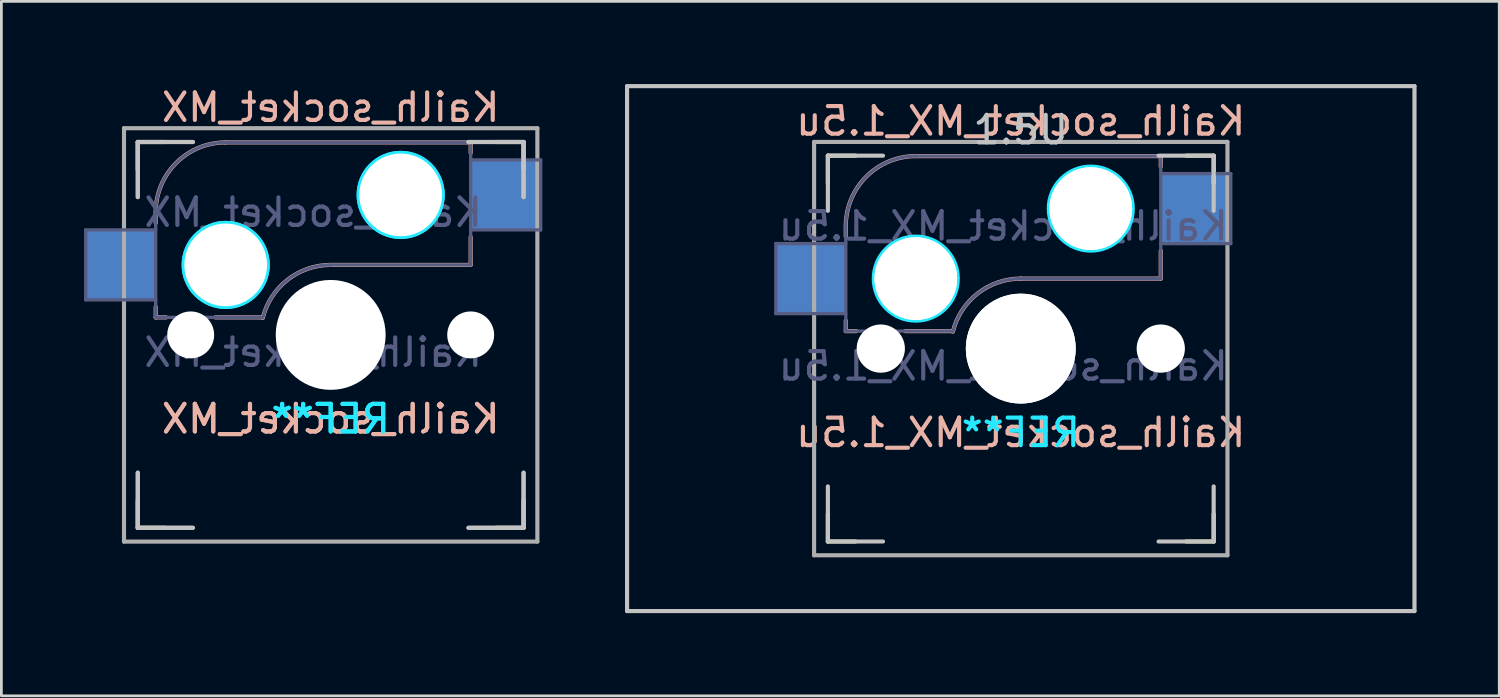
<source format=kicad_pcb>
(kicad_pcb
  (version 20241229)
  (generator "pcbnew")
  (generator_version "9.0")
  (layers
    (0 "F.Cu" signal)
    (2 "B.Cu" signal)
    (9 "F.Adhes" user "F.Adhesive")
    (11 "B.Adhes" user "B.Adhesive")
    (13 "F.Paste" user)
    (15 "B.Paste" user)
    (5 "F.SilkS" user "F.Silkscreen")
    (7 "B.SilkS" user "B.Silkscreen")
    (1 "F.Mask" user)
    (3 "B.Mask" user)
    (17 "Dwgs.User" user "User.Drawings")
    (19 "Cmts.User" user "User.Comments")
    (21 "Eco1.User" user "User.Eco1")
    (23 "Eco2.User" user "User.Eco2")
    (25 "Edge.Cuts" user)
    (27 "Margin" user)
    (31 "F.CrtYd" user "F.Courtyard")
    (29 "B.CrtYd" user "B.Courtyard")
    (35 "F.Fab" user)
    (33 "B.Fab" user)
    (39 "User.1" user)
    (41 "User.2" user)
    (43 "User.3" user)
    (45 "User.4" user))
  (footprint "Kailh_socket_MX"
    (layer "F.Cu")
    (at 8.95 9.103)
    (property "Reference" "Kailh_socket_MX" (at 0 -8.255 0) (layer "B.SilkS") (effects (font (size 1 1) (thickness 0.15)) (justify mirror)))
    (property "Value" "Kailh_socket_MX" (at 0 8.255 0) (layer "F.Fab") (hide yes) (effects (font (size 1 1) (thickness 0.15))))
    (attr smd)
    (fp_line (start -7 -6) (end -7 -7) (stroke (width 0.15) (type solid)) (layer "F.SilkS"))
    (fp_line (start -7 7) (end -7 6) (stroke (width 0.15) (type solid)) (layer "F.SilkS"))
    (fp_line (start -7 7) (end -6 7) (stroke (width 0.15) (type solid)) (layer "F.SilkS"))
    (fp_line (start -6 -7) (end -7 -7) (stroke (width 0.15) (type solid)) (layer "F.SilkS"))
    (fp_line (start 6 7) (end 7 7) (stroke (width 0.15) (type solid)) (layer "F.SilkS"))
    (fp_line (start 7 -7) (end 6 -7) (stroke (width 0.15) (type solid)) (layer "F.SilkS"))
    (fp_line (start 7 -7) (end 7 -6) (stroke (width 0.15) (type solid)) (layer "F.SilkS"))
    (fp_line (start 7 6) (end 7 7) (stroke (width 0.15) (type solid)) (layer "F.SilkS"))
    (fp_line (start -6.35 -4.445) (end -6.35 -4.064) (stroke (width 0.15) (type solid)) (layer "B.SilkS"))
    (fp_line (start -6.35 -1.016) (end -6.35 -0.635) (stroke (width 0.15) (type solid)) (layer "B.SilkS"))
    (fp_line (start -5.969 -0.635) (end -6.35 -0.635) (stroke (width 0.15) (type solid)) (layer "B.SilkS"))
    (fp_line (start -3.81 -6.985) (end 5.08 -6.985) (stroke (width 0.15) (type solid)) (layer "B.SilkS"))
    (fp_line (start -2.464 -0.635) (end -4.191 -0.635) (stroke (width 0.15) (type solid)) (layer "B.SilkS"))
    (fp_line (start 5.08 -6.985) (end 5.08 -6.604) (stroke (width 0.15) (type solid)) (layer "B.SilkS"))
    (fp_line (start 5.08 -3.556) (end 5.08 -2.54) (stroke (width 0.15) (type solid)) (layer "B.SilkS"))
    (fp_line (start 5.08 -2.54) (end 0 -2.54) (stroke (width 0.15) (type solid)) (layer "B.SilkS"))
    (fp_arc (start -6.35 -4.445) (mid -5.606051 -6.241051) (end -3.81 -6.985) (stroke (width 0.15) (type solid)) (layer "B.SilkS"))
    (fp_arc (start -2.464162 -0.61604) (mid -1.563147 -2.002042) (end 0 -2.54) (stroke (width 0.15) (type solid)) (layer "B.SilkS"))
    (fp_line (start -7 -7) (end -7 -5) (stroke (width 0.15) (type solid)) (layer "Dwgs.User"))
    (fp_line (start -7 -7) (end -7 -5) (stroke (width 0.15) (type solid)) (layer "Dwgs.User"))
    (fp_line (start -7 5) (end -7 7) (stroke (width 0.15) (type solid)) (layer "Dwgs.User"))
    (fp_line (start -7 5) (end -7 7) (stroke (width 0.15) (type solid)) (layer "Dwgs.User"))
    (fp_line (start -7 7) (end -5 7) (stroke (width 0.15) (type solid)) (layer "Dwgs.User"))
    (fp_line (start -7 7) (end -5 7) (stroke (width 0.15) (type solid)) (layer "Dwgs.User"))
    (fp_line (start -5 -7) (end -7 -7) (stroke (width 0.15) (type solid)) (layer "Dwgs.User"))
    (fp_line (start -5 -7) (end -7 -7) (stroke (width 0.15) (type solid)) (layer "Dwgs.User"))
    (fp_line (start 5 -7) (end 7 -7) (stroke (width 0.15) (type solid)) (layer "Dwgs.User"))
    (fp_line (start 5 -7) (end 7 -7) (stroke (width 0.15) (type solid)) (layer "Dwgs.User"))
    (fp_line (start 5 7) (end 7 7) (stroke (width 0.15) (type solid)) (layer "Dwgs.User"))
    (fp_line (start 5 7) (end 7 7) (stroke (width 0.15) (type solid)) (layer "Dwgs.User"))
    (fp_line (start 7 -7) (end 7 -5) (stroke (width 0.15) (type solid)) (layer "Dwgs.User"))
    (fp_line (start 7 -7) (end 7 -5) (stroke (width 0.15) (type solid)) (layer "Dwgs.User"))
    (fp_line (start 7 7) (end 7 5) (stroke (width 0.15) (type solid)) (layer "Dwgs.User"))
    (fp_line (start 7 7) (end 7 5) (stroke (width 0.15) (type solid)) (layer "Dwgs.User"))
    (fp_line (start -6.9 6.9) (end -6.9 -6.9) (stroke (width 0.15) (type solid)) (layer "Eco2.User"))
    (fp_line (start -6.9 6.9) (end 6.9 6.9) (stroke (width 0.15) (type solid)) (layer "Eco2.User"))
    (fp_line (start 6.9 -6.9) (end -6.9 -6.9) (stroke (width 0.15) (type solid)) (layer "Eco2.User"))
    (fp_line (start 6.9 -6.9) (end 6.9 6.9) (stroke (width 0.15) (type solid)) (layer "Eco2.User"))
    (fp_circle (center -3.81 -2.54) (end -3.81 -4.064) (stroke (width 0.15) (type solid)) (fill no) (layer "B.CrtYd"))
    (fp_circle (center -3.81 -2.54) (end -3.81 -4.064) (stroke (width 0.15) (type solid)) (fill no) (layer "B.CrtYd"))
    (fp_circle (center 2.54 -5.08) (end 2.54 -6.604) (stroke (width 0.15) (type solid)) (fill no) (layer "B.CrtYd"))
    (fp_circle (center 2.54 -5.08) (end 2.54 -6.604) (stroke (width 0.15) (type solid)) (fill no) (layer "B.CrtYd"))
    (fp_line (start -8.89 -3.81) (end -6.35 -3.81) (stroke (width 0.12) (type solid)) (layer "B.Fab"))
    (fp_line (start -8.89 -1.27) (end -8.89 -3.81) (stroke (width 0.12) (type solid)) (layer "B.Fab"))
    (fp_line (start -6.35 -1.27) (end -8.89 -1.27) (stroke (width 0.12) (type solid)) (layer "B.Fab"))
    (fp_line (start -6.35 -0.635) (end -6.35 -4.445) (stroke (width 0.12) (type solid)) (layer "B.Fab"))
    (fp_line (start -6.35 -0.635) (end -2.54 -0.635) (stroke (width 0.12) (type solid)) (layer "B.Fab"))
    (fp_line (start -3.81 -6.985) (end 5.08 -6.985) (stroke (width 0.12) (type solid)) (layer "B.Fab"))
    (fp_line (start 5.08 -6.985) (end 5.08 -2.54) (stroke (width 0.12) (type solid)) (layer "B.Fab"))
    (fp_line (start 5.08 -6.35) (end 7.62 -6.35) (stroke (width 0.12) (type solid)) (layer "B.Fab"))
    (fp_line (start 5.08 -2.54) (end 0 -2.54) (stroke (width 0.12) (type solid)) (layer "B.Fab"))
    (fp_line (start 7.62 -6.35) (end 7.62 -3.81) (stroke (width 0.12) (type solid)) (layer "B.Fab"))
    (fp_line (start 7.62 -3.81) (end 5.08 -3.81) (stroke (width 0.12) (type solid)) (layer "B.Fab"))
    (fp_arc (start -6.35 -4.445) (mid -5.606051 -6.241051) (end -3.81 -6.985) (stroke (width 0.12) (type solid)) (layer "B.Fab"))
    (fp_arc (start -2.464162 -0.61604) (mid -1.563147 -2.002042) (end 0 -2.54) (stroke (width 0.12) (type solid)) (layer "B.Fab"))
    (fp_line (start -7.5 -7.5) (end 7.5 -7.5) (stroke (width 0.15) (type solid)) (layer "F.Fab"))
    (fp_line (start -7.5 7.5) (end -7.5 -7.5) (stroke (width 0.15) (type solid)) (layer "F.Fab"))
    (fp_line (start 7.5 -7.5) (end 7.5 7.5) (stroke (width 0.15) (type solid)) (layer "F.Fab"))
    (fp_line (start 7.5 7.5) (end -7.5 7.5) (stroke (width 0.15) (type solid)) (layer "F.Fab"))
    (fp_text user "${REFERENCE}" (at 0 3.048 0) (layer "B.SilkS") (effects (font (size 1 1) (thickness 0.15)) (justify mirror)))
    (fp_text user "${REFERENCE}" (at 0 3.048 0) (layer "B.SilkS") (effects (font (size 1 1) (thickness 0.15)) (justify mirror)))
    (fp_text user "REF**" (at 0 3.048 0) (layer "B.CrtYd") (effects (font (size 1 1) (thickness 0.15)) (justify mirror)))
    (fp_text user "REF**" (at 0 3.048 0) (layer "B.CrtYd") (effects (font (size 1 1) (thickness 0.15)) (justify mirror)))
    (fp_text user "${VALUE}" (at -0.635 0.635 0) (layer "B.Fab") (effects (font (size 1 1) (thickness 0.15)) (justify mirror)))
    (fp_text user "${REFERENCE}" (at -0.635 -4.445 0) (layer "B.Fab") (effects (font (size 1 1) (thickness 0.15)) (justify mirror)))
    (pad "" np_thru_hole circle (at -5.08 0) (size 1.702 1.702) (drill 1.702) (layers "*.Cu" "*.Mask"))
    (pad "" np_thru_hole circle (at -3.81 -2.54) (size 3 3) (drill 3) (layers "*.Cu" "*.Mask"))
    (pad "" np_thru_hole circle (at 0 0) (size 3.988 3.988) (drill 3.988) (layers "*.Cu" "*.Mask"))
    (pad "" np_thru_hole circle (at 2.54 -5.08) (size 3 3) (drill 3) (layers "*.Cu" "*.Mask"))
    (pad "" np_thru_hole circle (at 5.08 0) (size 1.702 1.702) (drill 1.702) (layers "*.Cu" "*.Mask"))
    (pad "1" smd rect (at 6.35 -5.08) (size 2.55 2.5) (layers "B.Cu" "B.Mask" "B.Paste"))
    (pad "2" smd rect (at -7.62 -2.54) (size 2.55 2.5) (layers "B.Cu" "B.Mask" "B.Paste")))
  (footprint "Kailh_socket_MX_1.5u"
    (layer "F.Cu")
    (at 33.992 9.6)
    (property "Reference" "Kailh_socket_MX_1.5u" (at 0 -8.255 0) (layer "B.SilkS") (effects (font (size 1 1) (thickness 0.15)) (justify mirror)))
    (property "Value" "Kailh_socket_MX_1.5u" (at 0 8.255 0) (layer "F.Fab") (hide yes) (effects (font (size 1 1) (thickness 0.15))))
    (attr smd)
    (fp_line (start -7 -6) (end -7 -7) (stroke (width 0.15) (type solid)) (layer "F.SilkS"))
    (fp_line (start -7 7) (end -7 6) (stroke (width 0.15) (type solid)) (layer "F.SilkS"))
    (fp_line (start -7 7) (end -6 7) (stroke (width 0.15) (type solid)) (layer "F.SilkS"))
    (fp_line (start -6 -7) (end -7 -7) (stroke (width 0.15) (type solid)) (layer "F.SilkS"))
    (fp_line (start 6 7) (end 7 7) (stroke (width 0.15) (type solid)) (layer "F.SilkS"))
    (fp_line (start 7 -7) (end 6 -7) (stroke (width 0.15) (type solid)) (layer "F.SilkS"))
    (fp_line (start 7 -7) (end 7 -6) (stroke (width 0.15) (type solid)) (layer "F.SilkS"))
    (fp_line (start 7 6) (end 7 7) (stroke (width 0.15) (type solid)) (layer "F.SilkS"))
    (fp_line (start -6.35 -4.445) (end -6.35 -4.064) (stroke (width 0.15) (type solid)) (layer "B.SilkS"))
    (fp_line (start -6.35 -1.016) (end -6.35 -0.635) (stroke (width 0.15) (type solid)) (layer "B.SilkS"))
    (fp_line (start -5.969 -0.635) (end -6.35 -0.635) (stroke (width 0.15) (type solid)) (layer "B.SilkS"))
    (fp_line (start -3.81 -6.985) (end 5.08 -6.985) (stroke (width 0.15) (type solid)) (layer "B.SilkS"))
    (fp_line (start -2.464 -0.635) (end -4.191 -0.635) (stroke (width 0.15) (type solid)) (layer "B.SilkS"))
    (fp_line (start 5.08 -6.985) (end 5.08 -6.604) (stroke (width 0.15) (type solid)) (layer "B.SilkS"))
    (fp_line (start 5.08 -3.556) (end 5.08 -2.54) (stroke (width 0.15) (type solid)) (layer "B.SilkS"))
    (fp_line (start 5.08 -2.54) (end 0 -2.54) (stroke (width 0.15) (type solid)) (layer "B.SilkS"))
    (fp_arc (start -6.35 -4.445) (mid -5.606051 -6.241051) (end -3.81 -6.985) (stroke (width 0.15) (type solid)) (layer "B.SilkS"))
    (fp_arc (start -2.464162 -0.61604) (mid -1.563147 -2.002042) (end 0 -2.54) (stroke (width 0.15) (type solid)) (layer "B.SilkS"))
    (fp_line (start -14.287 -9.525) (end 14.287 -9.525) (stroke (width 0.15) (type solid)) (layer "Dwgs.User"))
    (fp_line (start -14.287 9.525) (end -14.287 -9.525) (stroke (width 0.15) (type solid)) (layer "Dwgs.User"))
    (fp_line (start -7 -7) (end -7 -5) (stroke (width 0.15) (type solid)) (layer "Dwgs.User"))
    (fp_line (start -7 5) (end -7 7) (stroke (width 0.15) (type solid)) (layer "Dwgs.User"))
    (fp_line (start -7 7) (end -5 7) (stroke (width 0.15) (type solid)) (layer "Dwgs.User"))
    (fp_line (start -5 -7) (end -7 -7) (stroke (width 0.15) (type solid)) (layer "Dwgs.User"))
    (fp_line (start 5 -7) (end 7 -7) (stroke (width 0.15) (type solid)) (layer "Dwgs.User"))
    (fp_line (start 5 7) (end 7 7) (stroke (width 0.15) (type solid)) (layer "Dwgs.User"))
    (fp_line (start 7 -7) (end 7 -5) (stroke (width 0.15) (type solid)) (layer "Dwgs.User"))
    (fp_line (start 7 7) (end 7 5) (stroke (width 0.15) (type solid)) (layer "Dwgs.User"))
    (fp_line (start 14.287 -9.525) (end 14.287 9.525) (stroke (width 0.15) (type solid)) (layer "Dwgs.User"))
    (fp_line (start 14.287 9.525) (end -14.287 9.525) (stroke (width 0.15) (type solid)) (layer "Dwgs.User"))
    (fp_line (start -6.9 6.9) (end -6.9 -6.9) (stroke (width 0.15) (type solid)) (layer "Eco2.User"))
    (fp_line (start -6.9 6.9) (end 6.9 6.9) (stroke (width 0.15) (type solid)) (layer "Eco2.User"))
    (fp_line (start 6.9 -6.9) (end -6.9 -6.9) (stroke (width 0.15) (type solid)) (layer "Eco2.User"))
    (fp_line (start 6.9 -6.9) (end 6.9 6.9) (stroke (width 0.15) (type solid)) (layer "Eco2.User"))
    (fp_circle (center -3.81 -2.54) (end -3.81 -4.064) (stroke (width 0.15) (type solid)) (fill no) (layer "B.CrtYd"))
    (fp_circle (center 2.54 -5.08) (end 2.54 -6.604) (stroke (width 0.15) (type solid)) (fill no) (layer "B.CrtYd"))
    (fp_line (start -8.89 -3.81) (end -6.35 -3.81) (stroke (width 0.12) (type solid)) (layer "B.Fab"))
    (fp_line (start -8.89 -1.27) (end -8.89 -3.81) (stroke (width 0.12) (type solid)) (layer "B.Fab"))
    (fp_line (start -6.35 -1.27) (end -8.89 -1.27) (stroke (width 0.12) (type solid)) (layer "B.Fab"))
    (fp_line (start -6.35 -0.635) (end -6.35 -4.445) (stroke (width 0.12) (type solid)) (layer "B.Fab"))
    (fp_line (start -6.35 -0.635) (end -2.54 -0.635) (stroke (width 0.12) (type solid)) (layer "B.Fab"))
    (fp_line (start -3.81 -6.985) (end 5.08 -6.985) (stroke (width 0.12) (type solid)) (layer "B.Fab"))
    (fp_line (start 5.08 -6.985) (end 5.08 -2.54) (stroke (width 0.12) (type solid)) (layer "B.Fab"))
    (fp_line (start 5.08 -6.35) (end 7.62 -6.35) (stroke (width 0.12) (type solid)) (layer "B.Fab"))
    (fp_line (start 5.08 -2.54) (end 0 -2.54) (stroke (width 0.12) (type solid)) (layer "B.Fab"))
    (fp_line (start 7.62 -6.35) (end 7.62 -3.81) (stroke (width 0.12) (type solid)) (layer "B.Fab"))
    (fp_line (start 7.62 -3.81) (end 5.08 -3.81) (stroke (width 0.12) (type solid)) (layer "B.Fab"))
    (fp_arc (start -6.35 -4.445) (mid -5.606051 -6.241051) (end -3.81 -6.985) (stroke (width 0.12) (type solid)) (layer "B.Fab"))
    (fp_arc (start -2.464162 -0.61604) (mid -1.563147 -2.002042) (end 0 -2.54) (stroke (width 0.12) (type solid)) (layer "B.Fab"))
    (fp_line (start -7.5 -7.5) (end 7.5 -7.5) (stroke (width 0.15) (type solid)) (layer "F.Fab"))
    (fp_line (start -7.5 7.5) (end -7.5 -7.5) (stroke (width 0.15) (type solid)) (layer "F.Fab"))
    (fp_line (start 7.5 -7.5) (end 7.5 7.5) (stroke (width 0.15) (type solid)) (layer "F.Fab"))
    (fp_line (start 7.5 7.5) (end -7.5 7.5) (stroke (width 0.15) (type solid)) (layer "F.Fab"))
    (fp_text user "${REFERENCE}" (at 0 3.048 0) (layer "B.SilkS") (effects (font (size 1 1) (thickness 0.15)) (justify mirror)))
    (fp_text user "1.5U" (at 0 -7.938 0) (layer "Dwgs.User") (effects (font (size 1 1) (thickness 0.15))))
    (fp_text user "REF**" (at 0 3.048 0) (layer "B.CrtYd") (effects (font (size 1 1) (thickness 0.15)) (justify mirror)))
    (fp_text user "${VALUE}" (at -0.635 0.635 0) (layer "B.Fab") (effects (font (size 1 1) (thickness 0.15)) (justify mirror)))
    (fp_text user "${REFERENCE}" (at -0.635 -4.445 0) (layer "B.Fab") (effects (font (size 1 1) (thickness 0.15)) (justify mirror)))
    (pad "" np_thru_hole circle (at -5.08 0) (size 1.702 1.702) (drill 1.702) (layers "*.Cu" "*.Mask"))
    (pad "" np_thru_hole circle (at -5.08 0 48.1) (size 1.75 1.75) (drill 1.75) (layers "*.Cu" "*.Mask"))
    (pad "" np_thru_hole circle (at -3.81 -2.54) (size 3 3) (drill 3) (layers "*.Cu" "*.Mask"))
    (pad "" np_thru_hole circle (at -3.81 -2.54) (size 3 3) (drill 3) (layers "*.Cu" "*.Mask"))
    (pad "" np_thru_hole circle (at 0 0) (size 3.988 3.988) (drill 3.988) (layers "*.Cu" "*.Mask"))
    (pad "" np_thru_hole circle (at 0 0) (size 3.988 3.988) (drill 3.988) (layers "*.Cu" "*.Mask"))
    (pad "" np_thru_hole circle (at 2.54 -5.08) (size 3 3) (drill 3) (layers "*.Cu" "*.Mask"))
    (pad "" np_thru_hole circle (at 2.54 -5.08) (size 3 3) (drill 3) (layers "*.Cu" "*.Mask"))
    (pad "" np_thru_hole circle (at 5.08 0) (size 1.702 1.702) (drill 1.702) (layers "*.Cu" "*.Mask"))
    (pad "" np_thru_hole circle (at 5.08 0 48.1) (size 1.75 1.75) (drill 1.75) (layers "*.Cu" "*.Mask"))
    (pad "1" smd rect (at -7.62 -2.54) (size 2.55 2.5) (layers "B.Cu" "B.Mask" "B.Paste"))
    (pad "2" smd rect (at 6.35 -5.08) (size 2.55 2.5) (layers "B.Cu" "B.Mask" "B.Paste")))
  (gr_rect
    (start -3 -3)
    (end 51.355 22.2)
    (stroke (width 0.1) (type default))
    (fill no)
    (layer "Edge.Cuts")))
</source>
